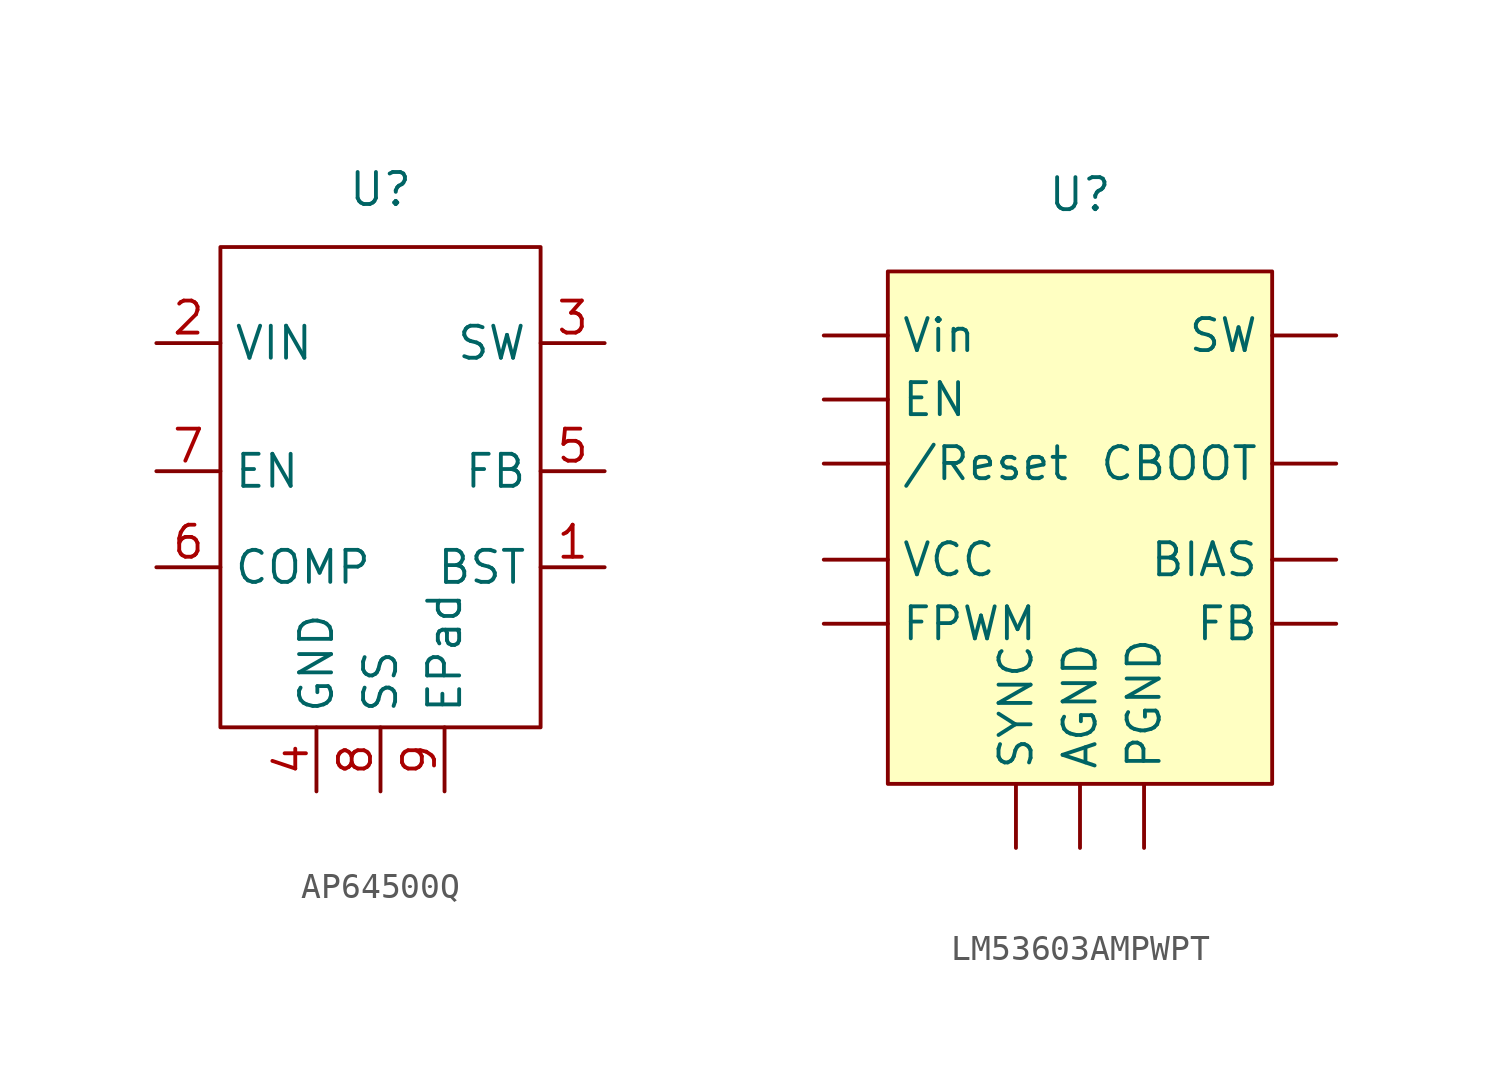
<source format=kicad_sym>
(kicad_symbol_lib
  (version 20231120)
  (generator "kicad_symbol_editor")
  (generator_version "8.0")
  (symbol "AP64500Q"
    (property "Reference" "U"
      (at 0 12.446 0)
      (effects (font (size 1.27 1.27))))
    (property "Value" ""
      (at 0 12.446 0)
      (effects (font (size 1.27 1.27))))
    (symbol "AP64500Q_0_1"
      (rectangle (start -6.35 10.16) (end 6.35 -8.89) (stroke (width 0) (type default)) (fill (type none))))
    (symbol "AP64500Q_1_1"
      (pin input line (at 8.89 -2.54 180) (length 2.54) (name "BST" (effects (font (size 1.27 1.27)))) (number "1" (effects (font (size 1.27 1.27)))))
      (pin input line (at -8.89 6.35 0) (length 2.54) (name "VIN" (effects (font (size 1.27 1.27)))) (number "2" (effects (font (size 1.27 1.27)))))
      (pin input line (at 8.89 6.35 180) (length 2.54) (name "SW" (effects (font (size 1.27 1.27)))) (number "3" (effects (font (size 1.27 1.27)))))
      (pin input line (at -2.54 -11.43 90) (length 2.54) (name "GND" (effects (font (size 1.27 1.27)))) (number "4" (effects (font (size 1.27 1.27)))))
      (pin input line (at 8.89 1.27 180) (length 2.54) (name "FB" (effects (font (size 1.27 1.27)))) (number "5" (effects (font (size 1.27 1.27)))))
      (pin input line (at -8.89 -2.54 0) (length 2.54) (name "COMP" (effects (font (size 1.27 1.27)))) (number "6" (effects (font (size 1.27 1.27)))))
      (pin input line (at -8.89 1.27 0) (length 2.54) (name "EN" (effects (font (size 1.27 1.27)))) (number "7" (effects (font (size 1.27 1.27)))))
      (pin input line (at 0 -11.43 90) (length 2.54) (name "SS" (effects (font (size 1.27 1.27)))) (number "8" (effects (font (size 1.27 1.27)))))
      (pin input line (at 2.54 -11.43 90) (length 2.54) (name "EPad" (effects (font (size 1.27 1.27)))) (number "9" (effects (font (size 1.27 1.27)))))))
  (symbol "LM53603AMPWPT"
    (property "Reference" "U"
      (at 0 9.398 0)
      (effects (font (size 1.27 1.27))))
    (property "Value" ""
      (at 0 0 0)
      (effects (font (size 1.27 1.27))))
    (symbol "LM53603AMPWPT_1_1"
      (rectangle (start -7.62 6.35) (end 7.62 -13.97) (stroke (width 0) (type default)) (fill (type color) (color 255 255 194 1)))
      (pin input line (at -10.16 -1.27 0) (length 2.54) (name "/Reset" (effects (font (size 1.27 1.27)))) (number "" (effects (font (size 1.27 1.27)))))
      (pin input line (at 0 -16.51 90) (length 2.54) (name "AGND" (effects (font (size 1.27 1.27)))) (number "" (effects (font (size 1.27 1.27)))))
      (pin input line (at 10.16 -5.08 180) (length 2.54) (name "BIAS" (effects (font (size 1.27 1.27)))) (number "" (effects (font (size 1.27 1.27)))))
      (pin input line (at 10.16 -1.27 180) (length 2.54) (name "CBOOT" (effects (font (size 1.27 1.27)))) (number "" (effects (font (size 1.27 1.27)))))
      (pin input line (at -10.16 1.27 0) (length 2.54) (name "EN" (effects (font (size 1.27 1.27)))) (number "" (effects (font (size 1.27 1.27)))))
      (pin input line (at 10.16 -7.62 180) (length 2.54) (name "FB" (effects (font (size 1.27 1.27)))) (number "" (effects (font (size 1.27 1.27)))))
      (pin input line (at -10.16 -7.62 0) (length 2.54) (name "FPWM" (effects (font (size 1.27 1.27)))) (number "" (effects (font (size 1.27 1.27)))))
      (pin input line (at 2.54 -16.51 90) (length 2.54) (name "PGND" (effects (font (size 1.27 1.27)))) (number "" (effects (font (size 1.27 1.27)))))
      (pin input line (at 10.16 3.81 180) (length 2.54) (name "SW" (effects (font (size 1.27 1.27)))) (number "" (effects (font (size 1.27 1.27)))))
      (pin input line (at -2.54 -16.51 90) (length 2.54) (name "SYNC" (effects (font (size 1.27 1.27)))) (number "" (effects (font (size 1.27 1.27)))))
      (pin input line (at -10.16 -5.08 0) (length 2.54) (name "VCC" (effects (font (size 1.27 1.27)))) (number "" (effects (font (size 1.27 1.27)))))
      (pin input line (at -10.16 3.81 0) (length 2.54) (name "Vin" (effects (font (size 1.27 1.27)))) (number "" (effects (font (size 1.27 1.27))))))))
</source>
